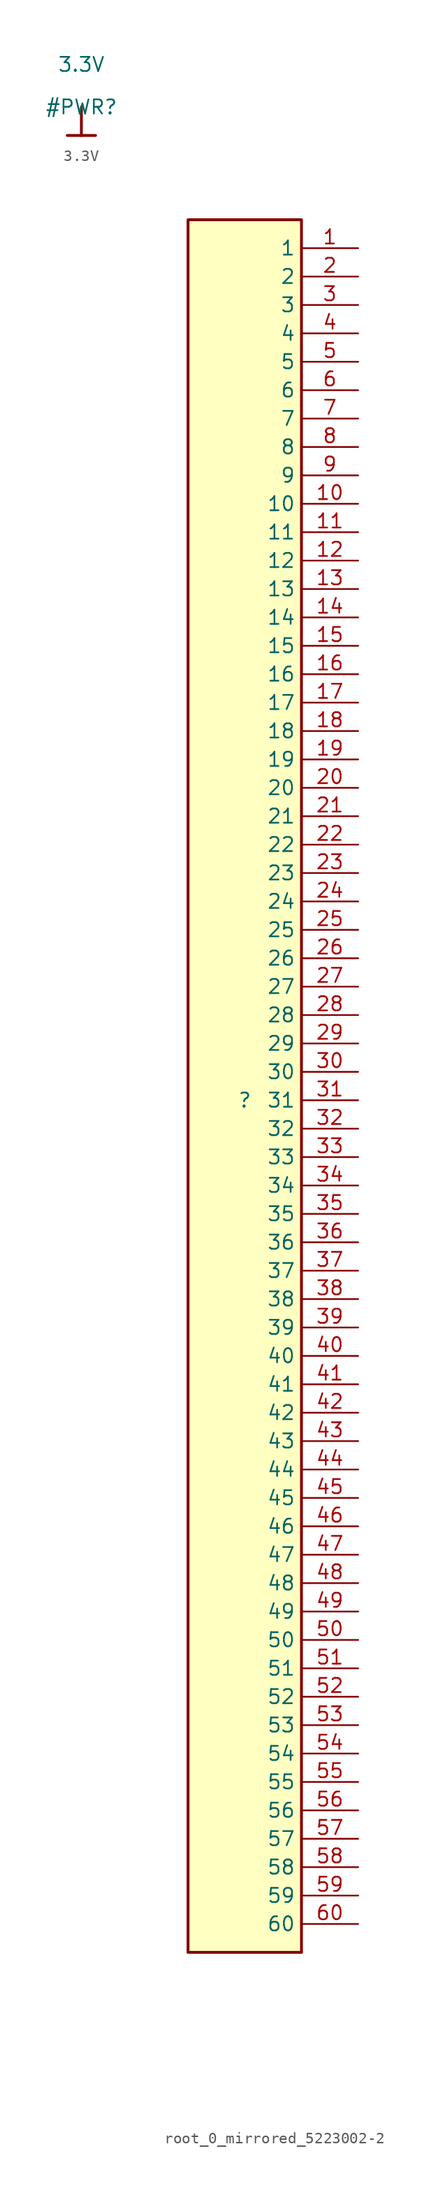
<source format=kicad_sym>
(kicad_symbol_lib
  (version 20220914)
  (generator kicad_symbol_editor)
  (symbol "3.3V"
    (power)
    (property "Reference" "#PWR"
      (at 0 0 0)
      (effects (font (size 1.27 1.27))))
    (property "Value" "3.3V"
      (at 0 3.81 0)
      (effects (font (size 1.27 1.27))))
    (symbol "3.3V_0_0"
      (polyline (pts (xy -1.27 -2.54) (xy 1.27 -2.54)) (stroke (width 0.254) (type solid)) (fill (type none)))
      (polyline (pts (xy 0 0) (xy 0 -2.54)) (stroke (width 0.254) (type solid)) (fill (type none)))
      (pin power_in line (at 0 0 0) (length 0) hide (name "3.3V" (effects (font (size 1.27 1.27)))) (number "" (effects (font (size 1.27 1.27)))))))
  (symbol "root_0_mirrored_5223002-2"
    (property "Reference" ""
      (at 0 0 0)
      (effects (font (size 1.27 1.27))))
    (property "Value" ""
      (at 0 0 0)
      (effects (font (size 1.27 1.27))))
    (symbol "root_0_mirrored_5223002-2_1_0"
      (rectangle (start 5.08 78.74) (end -5.08 -76.2) (stroke (width 0.254) (type solid)) (fill (type background)))
      (pin passive line (at 10.16 76.2 180) (length 5.08) (name "1" (effects (font (size 1.27 1.27)))) (number "1" (effects (font (size 1.27 1.27)))))
      (pin passive line (at 10.16 53.34 180) (length 5.08) (name "10" (effects (font (size 1.27 1.27)))) (number "10" (effects (font (size 1.27 1.27)))))
      (pin passive line (at 10.16 50.8 180) (length 5.08) (name "11" (effects (font (size 1.27 1.27)))) (number "11" (effects (font (size 1.27 1.27)))))
      (pin passive line (at 10.16 48.26 180) (length 5.08) (name "12" (effects (font (size 1.27 1.27)))) (number "12" (effects (font (size 1.27 1.27)))))
      (pin passive line (at 10.16 45.72 180) (length 5.08) (name "13" (effects (font (size 1.27 1.27)))) (number "13" (effects (font (size 1.27 1.27)))))
      (pin passive line (at 10.16 43.18 180) (length 5.08) (name "14" (effects (font (size 1.27 1.27)))) (number "14" (effects (font (size 1.27 1.27)))))
      (pin passive line (at 10.16 40.64 180) (length 5.08) (name "15" (effects (font (size 1.27 1.27)))) (number "15" (effects (font (size 1.27 1.27)))))
      (pin passive line (at 10.16 38.1 180) (length 5.08) (name "16" (effects (font (size 1.27 1.27)))) (number "16" (effects (font (size 1.27 1.27)))))
      (pin passive line (at 10.16 35.56 180) (length 5.08) (name "17" (effects (font (size 1.27 1.27)))) (number "17" (effects (font (size 1.27 1.27)))))
      (pin passive line (at 10.16 33.02 180) (length 5.08) (name "18" (effects (font (size 1.27 1.27)))) (number "18" (effects (font (size 1.27 1.27)))))
      (pin passive line (at 10.16 30.48 180) (length 5.08) (name "19" (effects (font (size 1.27 1.27)))) (number "19" (effects (font (size 1.27 1.27)))))
      (pin passive line (at 10.16 73.66 180) (length 5.08) (name "2" (effects (font (size 1.27 1.27)))) (number "2" (effects (font (size 1.27 1.27)))))
      (pin passive line (at 10.16 27.94 180) (length 5.08) (name "20" (effects (font (size 1.27 1.27)))) (number "20" (effects (font (size 1.27 1.27)))))
      (pin passive line (at 10.16 25.4 180) (length 5.08) (name "21" (effects (font (size 1.27 1.27)))) (number "21" (effects (font (size 1.27 1.27)))))
      (pin passive line (at 10.16 22.86 180) (length 5.08) (name "22" (effects (font (size 1.27 1.27)))) (number "22" (effects (font (size 1.27 1.27)))))
      (pin passive line (at 10.16 20.32 180) (length 5.08) (name "23" (effects (font (size 1.27 1.27)))) (number "23" (effects (font (size 1.27 1.27)))))
      (pin passive line (at 10.16 17.78 180) (length 5.08) (name "24" (effects (font (size 1.27 1.27)))) (number "24" (effects (font (size 1.27 1.27)))))
      (pin passive line (at 10.16 15.24 180) (length 5.08) (name "25" (effects (font (size 1.27 1.27)))) (number "25" (effects (font (size 1.27 1.27)))))
      (pin passive line (at 10.16 12.7 180) (length 5.08) (name "26" (effects (font (size 1.27 1.27)))) (number "26" (effects (font (size 1.27 1.27)))))
      (pin passive line (at 10.16 10.16 180) (length 5.08) (name "27" (effects (font (size 1.27 1.27)))) (number "27" (effects (font (size 1.27 1.27)))))
      (pin passive line (at 10.16 7.62 180) (length 5.08) (name "28" (effects (font (size 1.27 1.27)))) (number "28" (effects (font (size 1.27 1.27)))))
      (pin passive line (at 10.16 5.08 180) (length 5.08) (name "29" (effects (font (size 1.27 1.27)))) (number "29" (effects (font (size 1.27 1.27)))))
      (pin passive line (at 10.16 71.12 180) (length 5.08) (name "3" (effects (font (size 1.27 1.27)))) (number "3" (effects (font (size 1.27 1.27)))))
      (pin passive line (at 10.16 2.54 180) (length 5.08) (name "30" (effects (font (size 1.27 1.27)))) (number "30" (effects (font (size 1.27 1.27)))))
      (pin passive line (at 10.16 0 180) (length 5.08) (name "31" (effects (font (size 1.27 1.27)))) (number "31" (effects (font (size 1.27 1.27)))))
      (pin passive line (at 10.16 -2.54 180) (length 5.08) (name "32" (effects (font (size 1.27 1.27)))) (number "32" (effects (font (size 1.27 1.27)))))
      (pin passive line (at 10.16 -5.08 180) (length 5.08) (name "33" (effects (font (size 1.27 1.27)))) (number "33" (effects (font (size 1.27 1.27)))))
      (pin passive line (at 10.16 -7.62 180) (length 5.08) (name "34" (effects (font (size 1.27 1.27)))) (number "34" (effects (font (size 1.27 1.27)))))
      (pin passive line (at 10.16 -10.16 180) (length 5.08) (name "35" (effects (font (size 1.27 1.27)))) (number "35" (effects (font (size 1.27 1.27)))))
      (pin passive line (at 10.16 -12.7 180) (length 5.08) (name "36" (effects (font (size 1.27 1.27)))) (number "36" (effects (font (size 1.27 1.27)))))
      (pin passive line (at 10.16 -15.24 180) (length 5.08) (name "37" (effects (font (size 1.27 1.27)))) (number "37" (effects (font (size 1.27 1.27)))))
      (pin passive line (at 10.16 -17.78 180) (length 5.08) (name "38" (effects (font (size 1.27 1.27)))) (number "38" (effects (font (size 1.27 1.27)))))
      (pin passive line (at 10.16 -20.32 180) (length 5.08) (name "39" (effects (font (size 1.27 1.27)))) (number "39" (effects (font (size 1.27 1.27)))))
      (pin passive line (at 10.16 68.58 180) (length 5.08) (name "4" (effects (font (size 1.27 1.27)))) (number "4" (effects (font (size 1.27 1.27)))))
      (pin passive line (at 10.16 -22.86 180) (length 5.08) (name "40" (effects (font (size 1.27 1.27)))) (number "40" (effects (font (size 1.27 1.27)))))
      (pin passive line (at 10.16 -25.4 180) (length 5.08) (name "41" (effects (font (size 1.27 1.27)))) (number "41" (effects (font (size 1.27 1.27)))))
      (pin passive line (at 10.16 -27.94 180) (length 5.08) (name "42" (effects (font (size 1.27 1.27)))) (number "42" (effects (font (size 1.27 1.27)))))
      (pin passive line (at 10.16 -30.48 180) (length 5.08) (name "43" (effects (font (size 1.27 1.27)))) (number "43" (effects (font (size 1.27 1.27)))))
      (pin passive line (at 10.16 -33.02 180) (length 5.08) (name "44" (effects (font (size 1.27 1.27)))) (number "44" (effects (font (size 1.27 1.27)))))
      (pin passive line (at 10.16 -35.56 180) (length 5.08) (name "45" (effects (font (size 1.27 1.27)))) (number "45" (effects (font (size 1.27 1.27)))))
      (pin passive line (at 10.16 -38.1 180) (length 5.08) (name "46" (effects (font (size 1.27 1.27)))) (number "46" (effects (font (size 1.27 1.27)))))
      (pin passive line (at 10.16 -40.64 180) (length 5.08) (name "47" (effects (font (size 1.27 1.27)))) (number "47" (effects (font (size 1.27 1.27)))))
      (pin passive line (at 10.16 -43.18 180) (length 5.08) (name "48" (effects (font (size 1.27 1.27)))) (number "48" (effects (font (size 1.27 1.27)))))
      (pin passive line (at 10.16 -45.72 180) (length 5.08) (name "49" (effects (font (size 1.27 1.27)))) (number "49" (effects (font (size 1.27 1.27)))))
      (pin passive line (at 10.16 66.04 180) (length 5.08) (name "5" (effects (font (size 1.27 1.27)))) (number "5" (effects (font (size 1.27 1.27)))))
      (pin passive line (at 10.16 -48.26 180) (length 5.08) (name "50" (effects (font (size 1.27 1.27)))) (number "50" (effects (font (size 1.27 1.27)))))
      (pin passive line (at 10.16 -50.8 180) (length 5.08) (name "51" (effects (font (size 1.27 1.27)))) (number "51" (effects (font (size 1.27 1.27)))))
      (pin passive line (at 10.16 -53.34 180) (length 5.08) (name "52" (effects (font (size 1.27 1.27)))) (number "52" (effects (font (size 1.27 1.27)))))
      (pin passive line (at 10.16 -55.88 180) (length 5.08) (name "53" (effects (font (size 1.27 1.27)))) (number "53" (effects (font (size 1.27 1.27)))))
      (pin passive line (at 10.16 -58.42 180) (length 5.08) (name "54" (effects (font (size 1.27 1.27)))) (number "54" (effects (font (size 1.27 1.27)))))
      (pin passive line (at 10.16 -60.96 180) (length 5.08) (name "55" (effects (font (size 1.27 1.27)))) (number "55" (effects (font (size 1.27 1.27)))))
      (pin passive line (at 10.16 -63.5 180) (length 5.08) (name "56" (effects (font (size 1.27 1.27)))) (number "56" (effects (font (size 1.27 1.27)))))
      (pin passive line (at 10.16 -66.04 180) (length 5.08) (name "57" (effects (font (size 1.27 1.27)))) (number "57" (effects (font (size 1.27 1.27)))))
      (pin passive line (at 10.16 -68.58 180) (length 5.08) (name "58" (effects (font (size 1.27 1.27)))) (number "58" (effects (font (size 1.27 1.27)))))
      (pin passive line (at 10.16 -71.12 180) (length 5.08) (name "59" (effects (font (size 1.27 1.27)))) (number "59" (effects (font (size 1.27 1.27)))))
      (pin passive line (at 10.16 63.5 180) (length 5.08) (name "6" (effects (font (size 1.27 1.27)))) (number "6" (effects (font (size 1.27 1.27)))))
      (pin passive line (at 10.16 -73.66 180) (length 5.08) (name "60" (effects (font (size 1.27 1.27)))) (number "60" (effects (font (size 1.27 1.27)))))
      (pin passive line (at 10.16 60.96 180) (length 5.08) (name "7" (effects (font (size 1.27 1.27)))) (number "7" (effects (font (size 1.27 1.27)))))
      (pin passive line (at 10.16 58.42 180) (length 5.08) (name "8" (effects (font (size 1.27 1.27)))) (number "8" (effects (font (size 1.27 1.27)))))
      (pin passive line (at 10.16 55.88 180) (length 5.08) (name "9" (effects (font (size 1.27 1.27)))) (number "9" (effects (font (size 1.27 1.27))))))))
</source>
